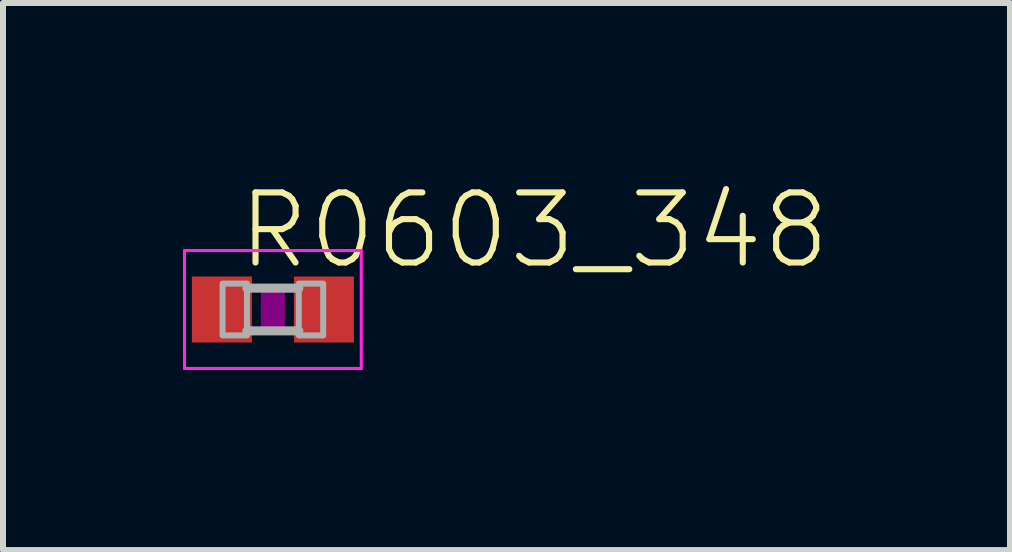
<source format=kicad_pcb>
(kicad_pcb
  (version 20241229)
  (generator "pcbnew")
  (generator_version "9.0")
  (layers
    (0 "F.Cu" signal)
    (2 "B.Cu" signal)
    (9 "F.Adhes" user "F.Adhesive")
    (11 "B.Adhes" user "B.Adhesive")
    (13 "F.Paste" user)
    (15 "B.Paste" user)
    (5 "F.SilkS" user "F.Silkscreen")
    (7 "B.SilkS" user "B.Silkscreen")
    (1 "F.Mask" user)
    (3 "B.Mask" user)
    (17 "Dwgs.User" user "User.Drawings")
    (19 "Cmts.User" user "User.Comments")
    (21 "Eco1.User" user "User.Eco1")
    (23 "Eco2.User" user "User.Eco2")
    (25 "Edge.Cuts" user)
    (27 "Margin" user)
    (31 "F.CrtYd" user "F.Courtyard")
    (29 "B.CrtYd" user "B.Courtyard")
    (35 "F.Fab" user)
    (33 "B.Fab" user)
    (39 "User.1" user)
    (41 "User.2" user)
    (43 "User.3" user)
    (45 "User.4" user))
  (footprint "R0603_348"
    (layer "F.Cu")
    (at 1.498 2.108)
    (property "Reference" "R0603_348" (at -0.635 -0.635 0) (unlocked yes) (layer "F.SilkS") (effects (font (size 1.168 1.168) (thickness 0.102)) (justify left bottom)))
    (fp_poly (pts (xy -0.2 0.4) (xy 0.2 0.4) (xy 0.2 -0.4) (xy -0.2 -0.4)) (stroke (width 0) (type default)) (fill yes) (layer "F.Adhes"))
    (fp_line (start -1.473 -0.983) (end 1.473 -0.983) (stroke (width 0.051) (type solid)) (layer "F.CrtYd"))
    (fp_line (start -1.473 0.983) (end -1.473 -0.983) (stroke (width 0.051) (type solid)) (layer "F.CrtYd"))
    (fp_line (start 1.473 -0.983) (end 1.473 0.983) (stroke (width 0.051) (type solid)) (layer "F.CrtYd"))
    (fp_line (start 1.473 0.983) (end -1.473 0.983) (stroke (width 0.051) (type solid)) (layer "F.CrtYd"))
    (fp_line (start -0.432 0.356) (end 0.432 0.356) (stroke (width 0.152) (type solid)) (layer "F.Fab"))
    (fp_line (start 0.432 -0.356) (end -0.432 -0.356) (stroke (width 0.152) (type solid)) (layer "F.Fab"))
    (fp_poly (pts (xy -0.838 0.432) (xy -0.432 0.432) (xy -0.432 -0.432) (xy -0.838 -0.432)) (stroke (width 0.1) (type default)) (fill no) (layer "F.Fab"))
    (fp_poly (pts (xy 0.432 0.432) (xy 0.838 0.432) (xy 0.838 -0.432) (xy 0.432 -0.432)) (stroke (width 0.1) (type default)) (fill no) (layer "F.Fab"))
    (pad "1" smd rect (at -0.85 0) (size 1 1.1) (layers "F.Cu" "F.Mask" "F.Paste"))
    (pad "2" smd rect (at 0.85 0) (size 1 1.1) (layers "F.Cu" "F.Mask" "F.Paste")))
  (gr_rect
    (start -3 -3)
    (end 13.782 6.117)
    (stroke (width 0.1) (type default))
    (fill no)
    (layer "Edge.Cuts")))
</source>
